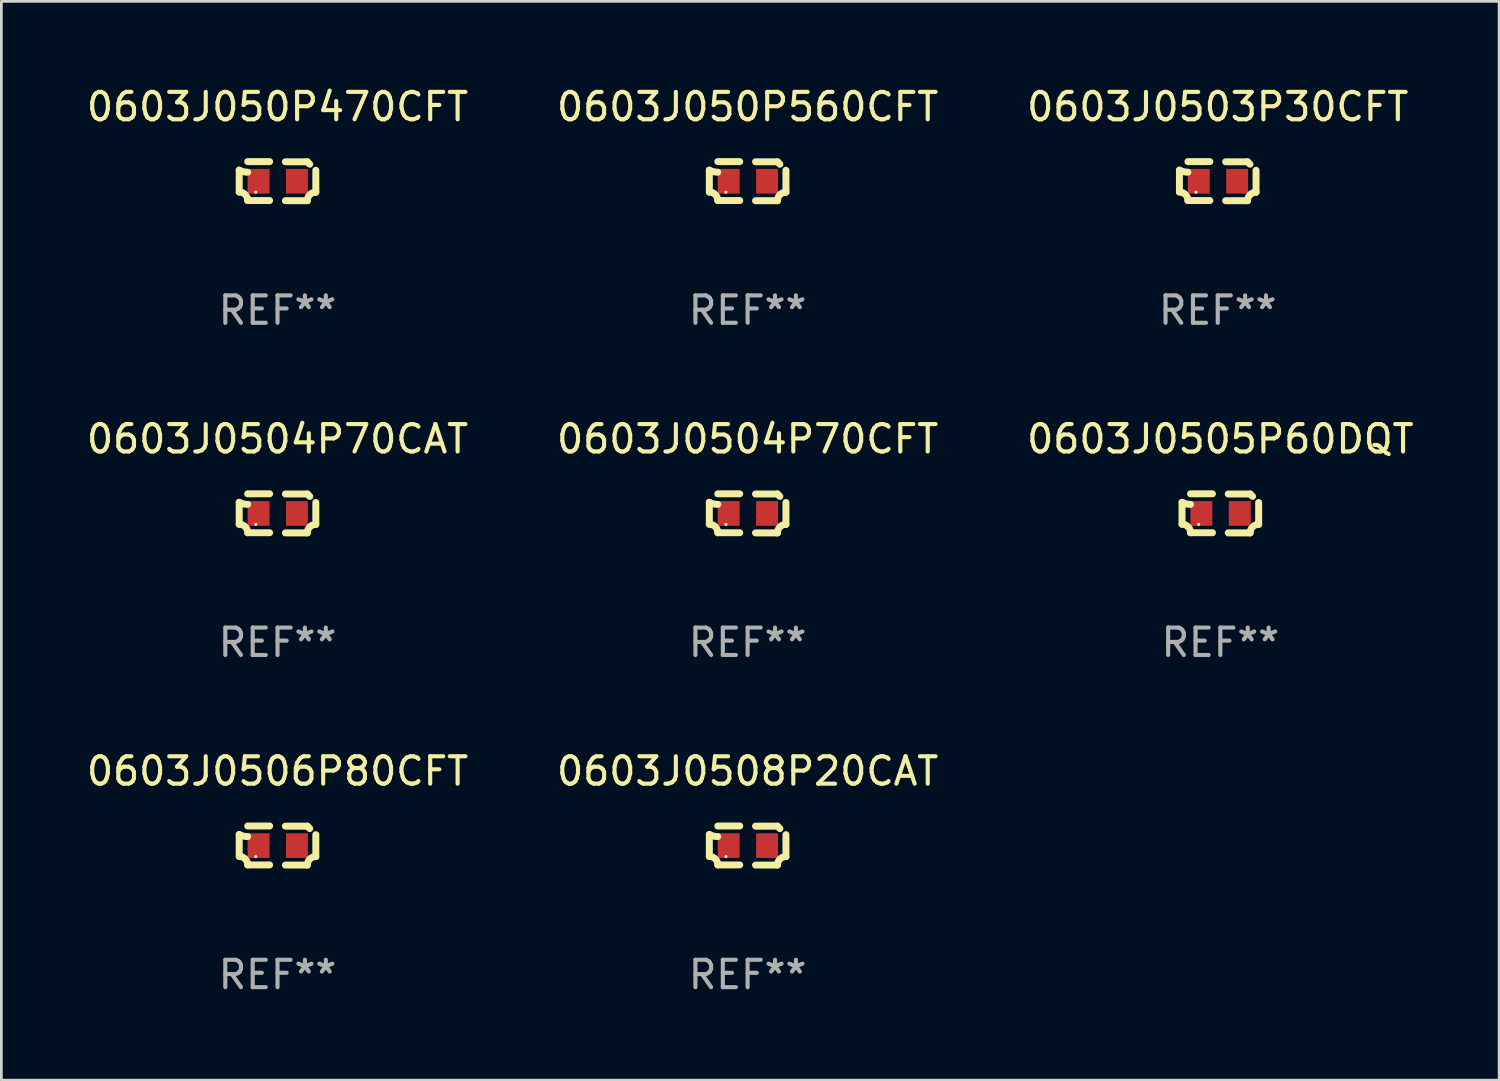
<source format=kicad_pcb>
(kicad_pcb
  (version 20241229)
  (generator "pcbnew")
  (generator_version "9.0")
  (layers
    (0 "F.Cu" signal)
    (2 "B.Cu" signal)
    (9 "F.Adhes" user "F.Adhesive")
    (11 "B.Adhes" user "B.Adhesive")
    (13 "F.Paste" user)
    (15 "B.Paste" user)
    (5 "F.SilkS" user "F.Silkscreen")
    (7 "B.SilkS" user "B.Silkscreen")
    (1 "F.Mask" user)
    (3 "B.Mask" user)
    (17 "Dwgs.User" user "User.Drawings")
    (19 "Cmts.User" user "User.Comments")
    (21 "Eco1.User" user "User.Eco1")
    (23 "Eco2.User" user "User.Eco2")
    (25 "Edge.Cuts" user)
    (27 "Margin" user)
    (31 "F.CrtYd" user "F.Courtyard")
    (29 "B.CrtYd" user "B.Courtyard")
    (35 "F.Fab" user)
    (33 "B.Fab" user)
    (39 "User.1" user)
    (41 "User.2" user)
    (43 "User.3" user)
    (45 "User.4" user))
  (footprint "0603J0503P30CFT"
    (layer "F.Cu")
    (at 41.387 3.561)
    (property "Reference" "0603J0503P30CFT" (at 0 -2.713 0) (layer "F.SilkS") (effects (font (size 1 1) (thickness 0.15))))
    (attr through_hole)
    (fp_line (start -1.398 -0.403) (end -1.398 0.397) (stroke (width 0.254) (type solid)) (layer "F.SilkS"))
    (fp_line (start -0.288 -0.713) (end -1.088 -0.713) (stroke (width 0.254) (type solid)) (layer "F.SilkS"))
    (fp_line (start -0.288 0.707) (end -1.088 0.707) (stroke (width 0.254) (type solid)) (layer "F.SilkS"))
    (fp_line (start 0.288 -0.707) (end 1.088 -0.707) (stroke (width 0.254) (type solid)) (layer "F.SilkS"))
    (fp_line (start 0.288 0.713) (end 1.088 0.713) (stroke (width 0.254) (type solid)) (layer "F.SilkS"))
    (fp_line (start 1.398 -0.397) (end 1.398 0.403) (stroke (width 0.254) (type solid)) (layer "F.SilkS"))
    (fp_arc (start -1.397789 0.397066) (mid -1.178701 0.487826) (end -1.08796 0.706922) (stroke (width 0.254001) (type solid)) (layer "F.SilkS"))
    (fp_arc (start -1.08796 -0.327176) (mid -1.247436 -0.346384) (end -1.39779 -0.402908) (stroke (width 0.254001) (type solid)) (layer "F.SilkS"))
    (fp_arc (start 1.087909 0.712738) (mid 1.178656 0.493655) (end 1.397739 0.402908) (stroke (width 0.254001) (type solid)) (layer "F.SilkS"))
    (fp_arc (start 1.175925 -0.618926) (mid 1.131917 -0.662923) (end 1.08791 -0.706922) (stroke (width 0.254001) (type solid)) (layer "F.SilkS"))
    (fp_circle (center -0.792 0.403) (end -0.762 0.403) (stroke (width 0.06) (type solid)) (fill no) (layer "F.SilkS"))
    (fp_text user "REF**" (at 0 4.713 0) (layer "F.Fab") (effects (font (size 1 1) (thickness 0.15))))
    (pad "1" smd rect (at -0.692 0.003) (size 0.8 0.9) (layers "F.Cu" "F.Mask" "F.Paste"))
    (pad "2" smd rect (at 0.708 0.003) (size 0.8 0.9) (layers "F.Cu" "F.Mask" "F.Paste")))
  (footprint "0603J050P560CFT"
    (layer "F.Cu")
    (at 24.232 3.561)
    (property "Reference" "0603J050P560CFT" (at 0 -2.713 0) (layer "F.SilkS") (effects (font (size 1 1) (thickness 0.15))))
    (attr through_hole)
    (fp_line (start -1.398 -0.403) (end -1.398 0.397) (stroke (width 0.254) (type solid)) (layer "F.SilkS"))
    (fp_line (start -0.288 -0.713) (end -1.088 -0.713) (stroke (width 0.254) (type solid)) (layer "F.SilkS"))
    (fp_line (start -0.288 0.707) (end -1.088 0.707) (stroke (width 0.254) (type solid)) (layer "F.SilkS"))
    (fp_line (start 0.288 -0.707) (end 1.088 -0.707) (stroke (width 0.254) (type solid)) (layer "F.SilkS"))
    (fp_line (start 0.288 0.713) (end 1.088 0.713) (stroke (width 0.254) (type solid)) (layer "F.SilkS"))
    (fp_line (start 1.398 -0.397) (end 1.398 0.403) (stroke (width 0.254) (type solid)) (layer "F.SilkS"))
    (fp_arc (start -1.397789 0.397066) (mid -1.178701 0.487826) (end -1.08796 0.706922) (stroke (width 0.254001) (type solid)) (layer "F.SilkS"))
    (fp_arc (start -1.08796 -0.327176) (mid -1.247436 -0.346384) (end -1.39779 -0.402908) (stroke (width 0.254001) (type solid)) (layer "F.SilkS"))
    (fp_arc (start 1.087909 0.712738) (mid 1.178656 0.493655) (end 1.397739 0.402908) (stroke (width 0.254001) (type solid)) (layer "F.SilkS"))
    (fp_arc (start 1.175925 -0.618926) (mid 1.131917 -0.662923) (end 1.08791 -0.706922) (stroke (width 0.254001) (type solid)) (layer "F.SilkS"))
    (fp_circle (center -0.792 0.403) (end -0.762 0.403) (stroke (width 0.06) (type solid)) (fill no) (layer "F.SilkS"))
    (fp_text user "REF**" (at 0 4.713 0) (layer "F.Fab") (effects (font (size 1 1) (thickness 0.15))))
    (pad "1" smd rect (at -0.692 0.003) (size 0.8 0.9) (layers "F.Cu" "F.Mask" "F.Paste"))
    (pad "2" smd rect (at 0.708 0.003) (size 0.8 0.9) (layers "F.Cu" "F.Mask" "F.Paste")))
  (footprint "0603J0505P60DQT"
    (layer "F.Cu")
    (at 41.482 15.683)
    (property "Reference" "0603J0505P60DQT" (at 0 -2.713 0) (layer "F.SilkS") (effects (font (size 1 1) (thickness 0.15))))
    (attr through_hole)
    (fp_line (start -1.398 -0.403) (end -1.398 0.397) (stroke (width 0.254) (type solid)) (layer "F.SilkS"))
    (fp_line (start -0.288 -0.713) (end -1.088 -0.713) (stroke (width 0.254) (type solid)) (layer "F.SilkS"))
    (fp_line (start -0.288 0.707) (end -1.088 0.707) (stroke (width 0.254) (type solid)) (layer "F.SilkS"))
    (fp_line (start 0.288 -0.707) (end 1.088 -0.707) (stroke (width 0.254) (type solid)) (layer "F.SilkS"))
    (fp_line (start 0.288 0.713) (end 1.088 0.713) (stroke (width 0.254) (type solid)) (layer "F.SilkS"))
    (fp_line (start 1.398 -0.397) (end 1.398 0.403) (stroke (width 0.254) (type solid)) (layer "F.SilkS"))
    (fp_arc (start -1.397789 0.397066) (mid -1.178701 0.487826) (end -1.08796 0.706922) (stroke (width 0.254001) (type solid)) (layer "F.SilkS"))
    (fp_arc (start -1.08796 -0.327176) (mid -1.247436 -0.346384) (end -1.39779 -0.402908) (stroke (width 0.254001) (type solid)) (layer "F.SilkS"))
    (fp_arc (start 1.087909 0.712738) (mid 1.178656 0.493655) (end 1.397739 0.402908) (stroke (width 0.254001) (type solid)) (layer "F.SilkS"))
    (fp_arc (start 1.175925 -0.618926) (mid 1.131917 -0.662923) (end 1.08791 -0.706922) (stroke (width 0.254001) (type solid)) (layer "F.SilkS"))
    (fp_circle (center -0.792 0.403) (end -0.762 0.403) (stroke (width 0.06) (type solid)) (fill no) (layer "F.SilkS"))
    (fp_text user "REF**" (at 0 4.713 0) (layer "F.Fab") (effects (font (size 1 1) (thickness 0.15))))
    (pad "1" smd rect (at -0.692 0.003) (size 0.8 0.9) (layers "F.Cu" "F.Mask" "F.Paste"))
    (pad "2" smd rect (at 0.708 0.003) (size 0.8 0.9) (layers "F.Cu" "F.Mask" "F.Paste")))
  (footprint "0603J0508P20CAT"
    (layer "F.Cu")
    (at 24.232 27.805)
    (property "Reference" "0603J0508P20CAT" (at 0 -2.713 0) (layer "F.SilkS") (effects (font (size 1 1) (thickness 0.15))))
    (attr through_hole)
    (fp_line (start -1.398 -0.403) (end -1.398 0.397) (stroke (width 0.254) (type solid)) (layer "F.SilkS"))
    (fp_line (start -0.288 -0.713) (end -1.088 -0.713) (stroke (width 0.254) (type solid)) (layer "F.SilkS"))
    (fp_line (start -0.288 0.707) (end -1.088 0.707) (stroke (width 0.254) (type solid)) (layer "F.SilkS"))
    (fp_line (start 0.288 -0.707) (end 1.088 -0.707) (stroke (width 0.254) (type solid)) (layer "F.SilkS"))
    (fp_line (start 0.288 0.713) (end 1.088 0.713) (stroke (width 0.254) (type solid)) (layer "F.SilkS"))
    (fp_line (start 1.398 -0.397) (end 1.398 0.403) (stroke (width 0.254) (type solid)) (layer "F.SilkS"))
    (fp_arc (start -1.397789 0.397066) (mid -1.178701 0.487826) (end -1.08796 0.706922) (stroke (width 0.254001) (type solid)) (layer "F.SilkS"))
    (fp_arc (start -1.08796 -0.327176) (mid -1.247436 -0.346384) (end -1.39779 -0.402908) (stroke (width 0.254001) (type solid)) (layer "F.SilkS"))
    (fp_arc (start 1.087909 0.712738) (mid 1.178656 0.493655) (end 1.397739 0.402908) (stroke (width 0.254001) (type solid)) (layer "F.SilkS"))
    (fp_arc (start 1.175925 -0.618926) (mid 1.131917 -0.662923) (end 1.08791 -0.706922) (stroke (width 0.254001) (type solid)) (layer "F.SilkS"))
    (fp_circle (center -0.792 0.403) (end -0.762 0.403) (stroke (width 0.06) (type solid)) (fill no) (layer "F.SilkS"))
    (fp_text user "REF**" (at 0 4.713 0) (layer "F.Fab") (effects (font (size 1 1) (thickness 0.15))))
    (pad "1" smd rect (at -0.692 0.003) (size 0.8 0.9) (layers "F.Cu" "F.Mask" "F.Paste"))
    (pad "2" smd rect (at 0.708 0.003) (size 0.8 0.9) (layers "F.Cu" "F.Mask" "F.Paste")))
  (footprint "0603J050P470CFT"
    (layer "F.Cu")
    (at 7.077 3.561)
    (property "Reference" "0603J050P470CFT" (at 0 -2.713 0) (layer "F.SilkS") (effects (font (size 1 1) (thickness 0.15))))
    (attr through_hole)
    (fp_line (start -1.398 -0.403) (end -1.398 0.397) (stroke (width 0.254) (type solid)) (layer "F.SilkS"))
    (fp_line (start -0.288 -0.713) (end -1.088 -0.713) (stroke (width 0.254) (type solid)) (layer "F.SilkS"))
    (fp_line (start -0.288 0.707) (end -1.088 0.707) (stroke (width 0.254) (type solid)) (layer "F.SilkS"))
    (fp_line (start 0.288 -0.707) (end 1.088 -0.707) (stroke (width 0.254) (type solid)) (layer "F.SilkS"))
    (fp_line (start 0.288 0.713) (end 1.088 0.713) (stroke (width 0.254) (type solid)) (layer "F.SilkS"))
    (fp_line (start 1.398 -0.397) (end 1.398 0.403) (stroke (width 0.254) (type solid)) (layer "F.SilkS"))
    (fp_arc (start -1.397789 0.397066) (mid -1.178701 0.487826) (end -1.08796 0.706922) (stroke (width 0.254001) (type solid)) (layer "F.SilkS"))
    (fp_arc (start -1.08796 -0.327176) (mid -1.247436 -0.346384) (end -1.39779 -0.402908) (stroke (width 0.254001) (type solid)) (layer "F.SilkS"))
    (fp_arc (start 1.087909 0.712738) (mid 1.178656 0.493655) (end 1.397739 0.402908) (stroke (width 0.254001) (type solid)) (layer "F.SilkS"))
    (fp_arc (start 1.175925 -0.618926) (mid 1.131917 -0.662923) (end 1.08791 -0.706922) (stroke (width 0.254001) (type solid)) (layer "F.SilkS"))
    (fp_circle (center -0.792 0.403) (end -0.762 0.403) (stroke (width 0.06) (type solid)) (fill no) (layer "F.SilkS"))
    (fp_text user "REF**" (at 0 4.713 0) (layer "F.Fab") (effects (font (size 1 1) (thickness 0.15))))
    (pad "1" smd rect (at -0.692 0.003) (size 0.8 0.9) (layers "F.Cu" "F.Mask" "F.Paste"))
    (pad "2" smd rect (at 0.708 0.003) (size 0.8 0.9) (layers "F.Cu" "F.Mask" "F.Paste")))
  (footprint "0603J0504P70CAT"
    (layer "F.Cu")
    (at 7.077 15.683)
    (property "Reference" "0603J0504P70CAT" (at 0 -2.713 0) (layer "F.SilkS") (effects (font (size 1 1) (thickness 0.15))))
    (attr through_hole)
    (fp_line (start -1.398 -0.403) (end -1.398 0.397) (stroke (width 0.254) (type solid)) (layer "F.SilkS"))
    (fp_line (start -0.288 -0.713) (end -1.088 -0.713) (stroke (width 0.254) (type solid)) (layer "F.SilkS"))
    (fp_line (start -0.288 0.707) (end -1.088 0.707) (stroke (width 0.254) (type solid)) (layer "F.SilkS"))
    (fp_line (start 0.288 -0.707) (end 1.088 -0.707) (stroke (width 0.254) (type solid)) (layer "F.SilkS"))
    (fp_line (start 0.288 0.713) (end 1.088 0.713) (stroke (width 0.254) (type solid)) (layer "F.SilkS"))
    (fp_line (start 1.398 -0.397) (end 1.398 0.403) (stroke (width 0.254) (type solid)) (layer "F.SilkS"))
    (fp_arc (start -1.397789 0.397066) (mid -1.178701 0.487826) (end -1.08796 0.706922) (stroke (width 0.254001) (type solid)) (layer "F.SilkS"))
    (fp_arc (start -1.08796 -0.327176) (mid -1.247436 -0.346384) (end -1.39779 -0.402908) (stroke (width 0.254001) (type solid)) (layer "F.SilkS"))
    (fp_arc (start 1.087909 0.712738) (mid 1.178656 0.493655) (end 1.397739 0.402908) (stroke (width 0.254001) (type solid)) (layer "F.SilkS"))
    (fp_arc (start 1.175925 -0.618926) (mid 1.131917 -0.662923) (end 1.08791 -0.706922) (stroke (width 0.254001) (type solid)) (layer "F.SilkS"))
    (fp_circle (center -0.792 0.403) (end -0.762 0.403) (stroke (width 0.06) (type solid)) (fill no) (layer "F.SilkS"))
    (fp_text user "REF**" (at 0 4.713 0) (layer "F.Fab") (effects (font (size 1 1) (thickness 0.15))))
    (pad "1" smd rect (at -0.692 0.003) (size 0.8 0.9) (layers "F.Cu" "F.Mask" "F.Paste"))
    (pad "2" smd rect (at 0.708 0.003) (size 0.8 0.9) (layers "F.Cu" "F.Mask" "F.Paste")))
  (footprint "0603J0504P70CFT"
    (layer "F.Cu")
    (at 24.232 15.683)
    (property "Reference" "0603J0504P70CFT" (at 0 -2.713 0) (layer "F.SilkS") (effects (font (size 1 1) (thickness 0.15))))
    (attr through_hole)
    (fp_line (start -1.398 -0.403) (end -1.398 0.397) (stroke (width 0.254) (type solid)) (layer "F.SilkS"))
    (fp_line (start -0.288 -0.713) (end -1.088 -0.713) (stroke (width 0.254) (type solid)) (layer "F.SilkS"))
    (fp_line (start -0.288 0.707) (end -1.088 0.707) (stroke (width 0.254) (type solid)) (layer "F.SilkS"))
    (fp_line (start 0.288 -0.707) (end 1.088 -0.707) (stroke (width 0.254) (type solid)) (layer "F.SilkS"))
    (fp_line (start 0.288 0.713) (end 1.088 0.713) (stroke (width 0.254) (type solid)) (layer "F.SilkS"))
    (fp_line (start 1.398 -0.397) (end 1.398 0.403) (stroke (width 0.254) (type solid)) (layer "F.SilkS"))
    (fp_arc (start -1.397789 0.397066) (mid -1.178701 0.487826) (end -1.08796 0.706922) (stroke (width 0.254001) (type solid)) (layer "F.SilkS"))
    (fp_arc (start -1.08796 -0.327176) (mid -1.247436 -0.346384) (end -1.39779 -0.402908) (stroke (width 0.254001) (type solid)) (layer "F.SilkS"))
    (fp_arc (start 1.087909 0.712738) (mid 1.178656 0.493655) (end 1.397739 0.402908) (stroke (width 0.254001) (type solid)) (layer "F.SilkS"))
    (fp_arc (start 1.175925 -0.618926) (mid 1.131917 -0.662923) (end 1.08791 -0.706922) (stroke (width 0.254001) (type solid)) (layer "F.SilkS"))
    (fp_circle (center -0.792 0.403) (end -0.762 0.403) (stroke (width 0.06) (type solid)) (fill no) (layer "F.SilkS"))
    (fp_text user "REF**" (at 0 4.713 0) (layer "F.Fab") (effects (font (size 1 1) (thickness 0.15))))
    (pad "1" smd rect (at -0.692 0.003) (size 0.8 0.9) (layers "F.Cu" "F.Mask" "F.Paste"))
    (pad "2" smd rect (at 0.708 0.003) (size 0.8 0.9) (layers "F.Cu" "F.Mask" "F.Paste")))
  (footprint "0603J0506P80CFT"
    (layer "F.Cu")
    (at 7.077 27.805)
    (property "Reference" "0603J0506P80CFT" (at 0 -2.713 0) (layer "F.SilkS") (effects (font (size 1 1) (thickness 0.15))))
    (attr through_hole)
    (fp_line (start -1.398 -0.403) (end -1.398 0.397) (stroke (width 0.254) (type solid)) (layer "F.SilkS"))
    (fp_line (start -0.288 -0.713) (end -1.088 -0.713) (stroke (width 0.254) (type solid)) (layer "F.SilkS"))
    (fp_line (start -0.288 0.707) (end -1.088 0.707) (stroke (width 0.254) (type solid)) (layer "F.SilkS"))
    (fp_line (start 0.288 -0.707) (end 1.088 -0.707) (stroke (width 0.254) (type solid)) (layer "F.SilkS"))
    (fp_line (start 0.288 0.713) (end 1.088 0.713) (stroke (width 0.254) (type solid)) (layer "F.SilkS"))
    (fp_line (start 1.398 -0.397) (end 1.398 0.403) (stroke (width 0.254) (type solid)) (layer "F.SilkS"))
    (fp_arc (start -1.397789 0.397066) (mid -1.178701 0.487826) (end -1.08796 0.706922) (stroke (width 0.254001) (type solid)) (layer "F.SilkS"))
    (fp_arc (start -1.08796 -0.327176) (mid -1.247436 -0.346384) (end -1.39779 -0.402908) (stroke (width 0.254001) (type solid)) (layer "F.SilkS"))
    (fp_arc (start 1.087909 0.712738) (mid 1.178656 0.493655) (end 1.397739 0.402908) (stroke (width 0.254001) (type solid)) (layer "F.SilkS"))
    (fp_arc (start 1.175925 -0.618926) (mid 1.131917 -0.662923) (end 1.08791 -0.706922) (stroke (width 0.254001) (type solid)) (layer "F.SilkS"))
    (fp_circle (center -0.792 0.403) (end -0.762 0.403) (stroke (width 0.06) (type solid)) (fill no) (layer "F.SilkS"))
    (fp_text user "REF**" (at 0 4.713 0) (layer "F.Fab") (effects (font (size 1 1) (thickness 0.15))))
    (pad "1" smd rect (at -0.692 0.003) (size 0.8 0.9) (layers "F.Cu" "F.Mask" "F.Paste"))
    (pad "2" smd rect (at 0.708 0.003) (size 0.8 0.9) (layers "F.Cu" "F.Mask" "F.Paste")))
  (gr_rect
    (start -3 -3)
    (end 51.655 36.366)
    (stroke (width 0.1) (type default))
    (fill no)
    (layer "Edge.Cuts")))
</source>
